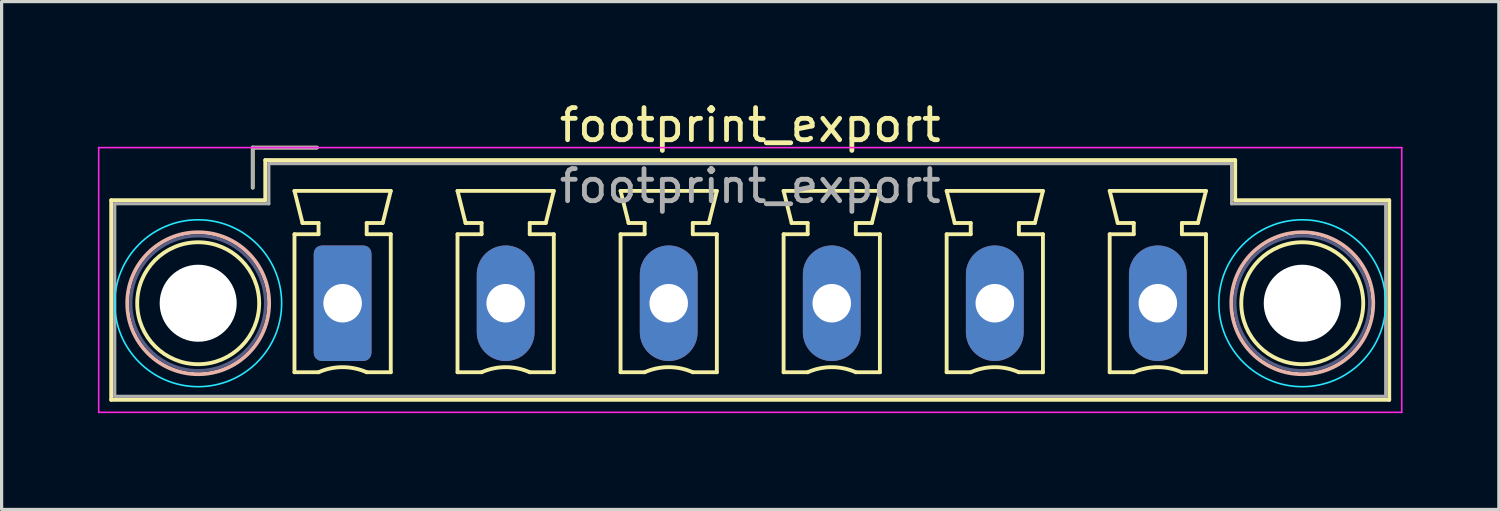
<source format=kicad_pcb>
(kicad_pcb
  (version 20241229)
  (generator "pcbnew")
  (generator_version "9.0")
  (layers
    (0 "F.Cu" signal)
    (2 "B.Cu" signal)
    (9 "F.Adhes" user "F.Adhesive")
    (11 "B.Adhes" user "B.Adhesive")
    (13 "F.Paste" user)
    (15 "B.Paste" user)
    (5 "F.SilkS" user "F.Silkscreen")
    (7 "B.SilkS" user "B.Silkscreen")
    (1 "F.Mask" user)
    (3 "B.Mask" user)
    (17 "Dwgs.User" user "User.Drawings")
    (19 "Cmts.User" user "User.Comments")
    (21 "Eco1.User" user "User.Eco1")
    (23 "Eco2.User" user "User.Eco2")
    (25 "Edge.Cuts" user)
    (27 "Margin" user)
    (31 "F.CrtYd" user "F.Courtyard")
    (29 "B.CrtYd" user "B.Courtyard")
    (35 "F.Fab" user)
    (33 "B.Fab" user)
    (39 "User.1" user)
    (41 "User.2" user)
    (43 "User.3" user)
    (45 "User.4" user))
  (footprint "footprint_export"
    (layer "F.Cu")
    (at 7.625 6.398)
    (property "Reference" "footprint_export" (at 12.7 -5.55 0) (layer "F.SilkS") (effects (font (size 1 1) (thickness 0.15))))
    (attr through_hole)
    (fp_line (start -7.21 -3.21) (end -7.21 3.01) (stroke (width 0.12) (type solid)) (layer "F.SilkS"))
    (fp_line (start -7.21 3.01) (end 32.61 3.01) (stroke (width 0.12) (type solid)) (layer "F.SilkS"))
    (fp_line (start -2.8 -4.85) (end -0.8 -4.85) (stroke (width 0.12) (type solid)) (layer "F.SilkS"))
    (fp_line (start -2.8 -3.6) (end -2.8 -4.85) (stroke (width 0.12) (type solid)) (layer "F.SilkS"))
    (fp_line (start -2.41 -4.46) (end -2.41 -3.21) (stroke (width 0.12) (type solid)) (layer "F.SilkS"))
    (fp_line (start -2.41 -3.21) (end -7.21 -3.21) (stroke (width 0.12) (type solid)) (layer "F.SilkS"))
    (fp_line (start -1.5 -3.5) (end 1.5 -3.5) (stroke (width 0.12) (type solid)) (layer "F.SilkS"))
    (fp_line (start -1.5 -2.15) (end -0.75 -2.15) (stroke (width 0.12) (type solid)) (layer "F.SilkS"))
    (fp_line (start -1.5 2.15) (end -1.5 -2.15) (stroke (width 0.12) (type solid)) (layer "F.SilkS"))
    (fp_line (start -1.25 -2.5) (end -1.5 -3.5) (stroke (width 0.12) (type solid)) (layer "F.SilkS"))
    (fp_line (start -0.75 -2.5) (end -1.25 -2.5) (stroke (width 0.12) (type solid)) (layer "F.SilkS"))
    (fp_line (start -0.75 -2.15) (end -0.75 -2.5) (stroke (width 0.12) (type solid)) (layer "F.SilkS"))
    (fp_line (start -0.75 2.15) (end -1.5 2.15) (stroke (width 0.12) (type solid)) (layer "F.SilkS"))
    (fp_line (start 0.75 -2.5) (end 0.75 -2.15) (stroke (width 0.12) (type solid)) (layer "F.SilkS"))
    (fp_line (start 0.75 -2.15) (end 1.5 -2.15) (stroke (width 0.12) (type solid)) (layer "F.SilkS"))
    (fp_line (start 1.25 -2.5) (end 0.75 -2.5) (stroke (width 0.12) (type solid)) (layer "F.SilkS"))
    (fp_line (start 1.5 -3.5) (end 1.25 -2.5) (stroke (width 0.12) (type solid)) (layer "F.SilkS"))
    (fp_line (start 1.5 -2.15) (end 1.5 2.15) (stroke (width 0.12) (type solid)) (layer "F.SilkS"))
    (fp_line (start 1.5 2.15) (end 0.75 2.15) (stroke (width 0.12) (type solid)) (layer "F.SilkS"))
    (fp_line (start 3.58 -3.5) (end 6.58 -3.5) (stroke (width 0.12) (type solid)) (layer "F.SilkS"))
    (fp_line (start 3.58 -2.15) (end 4.33 -2.15) (stroke (width 0.12) (type solid)) (layer "F.SilkS"))
    (fp_line (start 3.58 2.15) (end 3.58 -2.15) (stroke (width 0.12) (type solid)) (layer "F.SilkS"))
    (fp_line (start 3.83 -2.5) (end 3.58 -3.5) (stroke (width 0.12) (type solid)) (layer "F.SilkS"))
    (fp_line (start 4.33 -2.5) (end 3.83 -2.5) (stroke (width 0.12) (type solid)) (layer "F.SilkS"))
    (fp_line (start 4.33 -2.15) (end 4.33 -2.5) (stroke (width 0.12) (type solid)) (layer "F.SilkS"))
    (fp_line (start 4.33 2.15) (end 3.58 2.15) (stroke (width 0.12) (type solid)) (layer "F.SilkS"))
    (fp_line (start 5.83 -2.5) (end 5.83 -2.15) (stroke (width 0.12) (type solid)) (layer "F.SilkS"))
    (fp_line (start 5.83 -2.15) (end 6.58 -2.15) (stroke (width 0.12) (type solid)) (layer "F.SilkS"))
    (fp_line (start 6.33 -2.5) (end 5.83 -2.5) (stroke (width 0.12) (type solid)) (layer "F.SilkS"))
    (fp_line (start 6.58 -3.5) (end 6.33 -2.5) (stroke (width 0.12) (type solid)) (layer "F.SilkS"))
    (fp_line (start 6.58 -2.15) (end 6.58 2.15) (stroke (width 0.12) (type solid)) (layer "F.SilkS"))
    (fp_line (start 6.58 2.15) (end 5.83 2.15) (stroke (width 0.12) (type solid)) (layer "F.SilkS"))
    (fp_line (start 8.66 -3.5) (end 11.66 -3.5) (stroke (width 0.12) (type solid)) (layer "F.SilkS"))
    (fp_line (start 8.66 -2.15) (end 9.41 -2.15) (stroke (width 0.12) (type solid)) (layer "F.SilkS"))
    (fp_line (start 8.66 2.15) (end 8.66 -2.15) (stroke (width 0.12) (type solid)) (layer "F.SilkS"))
    (fp_line (start 8.91 -2.5) (end 8.66 -3.5) (stroke (width 0.12) (type solid)) (layer "F.SilkS"))
    (fp_line (start 9.41 -2.5) (end 8.91 -2.5) (stroke (width 0.12) (type solid)) (layer "F.SilkS"))
    (fp_line (start 9.41 -2.15) (end 9.41 -2.5) (stroke (width 0.12) (type solid)) (layer "F.SilkS"))
    (fp_line (start 9.41 2.15) (end 8.66 2.15) (stroke (width 0.12) (type solid)) (layer "F.SilkS"))
    (fp_line (start 10.91 -2.5) (end 10.91 -2.15) (stroke (width 0.12) (type solid)) (layer "F.SilkS"))
    (fp_line (start 10.91 -2.15) (end 11.66 -2.15) (stroke (width 0.12) (type solid)) (layer "F.SilkS"))
    (fp_line (start 11.41 -2.5) (end 10.91 -2.5) (stroke (width 0.12) (type solid)) (layer "F.SilkS"))
    (fp_line (start 11.66 -3.5) (end 11.41 -2.5) (stroke (width 0.12) (type solid)) (layer "F.SilkS"))
    (fp_line (start 11.66 -2.15) (end 11.66 2.15) (stroke (width 0.12) (type solid)) (layer "F.SilkS"))
    (fp_line (start 11.66 2.15) (end 10.91 2.15) (stroke (width 0.12) (type solid)) (layer "F.SilkS"))
    (fp_line (start 13.74 -3.5) (end 16.74 -3.5) (stroke (width 0.12) (type solid)) (layer "F.SilkS"))
    (fp_line (start 13.74 -2.15) (end 14.49 -2.15) (stroke (width 0.12) (type solid)) (layer "F.SilkS"))
    (fp_line (start 13.74 2.15) (end 13.74 -2.15) (stroke (width 0.12) (type solid)) (layer "F.SilkS"))
    (fp_line (start 13.99 -2.5) (end 13.74 -3.5) (stroke (width 0.12) (type solid)) (layer "F.SilkS"))
    (fp_line (start 14.49 -2.5) (end 13.99 -2.5) (stroke (width 0.12) (type solid)) (layer "F.SilkS"))
    (fp_line (start 14.49 -2.15) (end 14.49 -2.5) (stroke (width 0.12) (type solid)) (layer "F.SilkS"))
    (fp_line (start 14.49 2.15) (end 13.74 2.15) (stroke (width 0.12) (type solid)) (layer "F.SilkS"))
    (fp_line (start 15.99 -2.5) (end 15.99 -2.15) (stroke (width 0.12) (type solid)) (layer "F.SilkS"))
    (fp_line (start 15.99 -2.15) (end 16.74 -2.15) (stroke (width 0.12) (type solid)) (layer "F.SilkS"))
    (fp_line (start 16.49 -2.5) (end 15.99 -2.5) (stroke (width 0.12) (type solid)) (layer "F.SilkS"))
    (fp_line (start 16.74 -3.5) (end 16.49 -2.5) (stroke (width 0.12) (type solid)) (layer "F.SilkS"))
    (fp_line (start 16.74 -2.15) (end 16.74 2.15) (stroke (width 0.12) (type solid)) (layer "F.SilkS"))
    (fp_line (start 16.74 2.15) (end 15.99 2.15) (stroke (width 0.12) (type solid)) (layer "F.SilkS"))
    (fp_line (start 18.82 -3.5) (end 21.82 -3.5) (stroke (width 0.12) (type solid)) (layer "F.SilkS"))
    (fp_line (start 18.82 -2.15) (end 19.57 -2.15) (stroke (width 0.12) (type solid)) (layer "F.SilkS"))
    (fp_line (start 18.82 2.15) (end 18.82 -2.15) (stroke (width 0.12) (type solid)) (layer "F.SilkS"))
    (fp_line (start 19.07 -2.5) (end 18.82 -3.5) (stroke (width 0.12) (type solid)) (layer "F.SilkS"))
    (fp_line (start 19.57 -2.5) (end 19.07 -2.5) (stroke (width 0.12) (type solid)) (layer "F.SilkS"))
    (fp_line (start 19.57 -2.15) (end 19.57 -2.5) (stroke (width 0.12) (type solid)) (layer "F.SilkS"))
    (fp_line (start 19.57 2.15) (end 18.82 2.15) (stroke (width 0.12) (type solid)) (layer "F.SilkS"))
    (fp_line (start 21.07 -2.5) (end 21.07 -2.15) (stroke (width 0.12) (type solid)) (layer "F.SilkS"))
    (fp_line (start 21.07 -2.15) (end 21.82 -2.15) (stroke (width 0.12) (type solid)) (layer "F.SilkS"))
    (fp_line (start 21.57 -2.5) (end 21.07 -2.5) (stroke (width 0.12) (type solid)) (layer "F.SilkS"))
    (fp_line (start 21.82 -3.5) (end 21.57 -2.5) (stroke (width 0.12) (type solid)) (layer "F.SilkS"))
    (fp_line (start 21.82 -2.15) (end 21.82 2.15) (stroke (width 0.12) (type solid)) (layer "F.SilkS"))
    (fp_line (start 21.82 2.15) (end 21.07 2.15) (stroke (width 0.12) (type solid)) (layer "F.SilkS"))
    (fp_line (start 23.9 -3.5) (end 26.9 -3.5) (stroke (width 0.12) (type solid)) (layer "F.SilkS"))
    (fp_line (start 23.9 -2.15) (end 24.65 -2.15) (stroke (width 0.12) (type solid)) (layer "F.SilkS"))
    (fp_line (start 23.9 2.15) (end 23.9 -2.15) (stroke (width 0.12) (type solid)) (layer "F.SilkS"))
    (fp_line (start 24.15 -2.5) (end 23.9 -3.5) (stroke (width 0.12) (type solid)) (layer "F.SilkS"))
    (fp_line (start 24.65 -2.5) (end 24.15 -2.5) (stroke (width 0.12) (type solid)) (layer "F.SilkS"))
    (fp_line (start 24.65 -2.15) (end 24.65 -2.5) (stroke (width 0.12) (type solid)) (layer "F.SilkS"))
    (fp_line (start 24.65 2.15) (end 23.9 2.15) (stroke (width 0.12) (type solid)) (layer "F.SilkS"))
    (fp_line (start 26.15 -2.5) (end 26.15 -2.15) (stroke (width 0.12) (type solid)) (layer "F.SilkS"))
    (fp_line (start 26.15 -2.15) (end 26.9 -2.15) (stroke (width 0.12) (type solid)) (layer "F.SilkS"))
    (fp_line (start 26.65 -2.5) (end 26.15 -2.5) (stroke (width 0.12) (type solid)) (layer "F.SilkS"))
    (fp_line (start 26.9 -3.5) (end 26.65 -2.5) (stroke (width 0.12) (type solid)) (layer "F.SilkS"))
    (fp_line (start 26.9 -2.15) (end 26.9 2.15) (stroke (width 0.12) (type solid)) (layer "F.SilkS"))
    (fp_line (start 26.9 2.15) (end 26.15 2.15) (stroke (width 0.12) (type solid)) (layer "F.SilkS"))
    (fp_line (start 27.81 -4.46) (end -2.41 -4.46) (stroke (width 0.12) (type solid)) (layer "F.SilkS"))
    (fp_line (start 27.81 -3.21) (end 27.81 -4.46) (stroke (width 0.12) (type solid)) (layer "F.SilkS"))
    (fp_line (start 32.61 -3.21) (end 27.81 -3.21) (stroke (width 0.12) (type solid)) (layer "F.SilkS"))
    (fp_line (start 32.61 3.01) (end 32.61 -3.21) (stroke (width 0.12) (type solid)) (layer "F.SilkS"))
    (fp_arc (start -0.75 2.15) (mid -0.000193 1.99191) (end 0.749647 2.149844) (stroke (width 0.12) (type solid)) (layer "F.SilkS"))
    (fp_arc (start 4.33 2.15) (mid 5.079807 1.99191) (end 5.829647 2.149844) (stroke (width 0.12) (type solid)) (layer "F.SilkS"))
    (fp_arc (start 9.41 2.15) (mid 10.159807 1.99191) (end 10.909647 2.149844) (stroke (width 0.12) (type solid)) (layer "F.SilkS"))
    (fp_arc (start 14.49 2.15) (mid 15.239807 1.99191) (end 15.989647 2.149844) (stroke (width 0.12) (type solid)) (layer "F.SilkS"))
    (fp_arc (start 19.57 2.15) (mid 20.319807 1.99191) (end 21.069647 2.149844) (stroke (width 0.12) (type solid)) (layer "F.SilkS"))
    (fp_arc (start 24.65 2.15) (mid 25.399807 1.99191) (end 26.149647 2.149844) (stroke (width 0.12) (type solid)) (layer "F.SilkS"))
    (fp_circle (center -4.5 0) (end -2.6 0) (stroke (width 0.12) (type solid)) (fill no) (layer "F.SilkS"))
    (fp_circle (center 29.9 0) (end 31.8 0) (stroke (width 0.12) (type solid)) (fill no) (layer "F.SilkS"))
    (fp_circle (center -4.5 0) (end -2.29 0) (stroke (width 0.12) (type solid)) (fill no) (layer "B.SilkS"))
    (fp_circle (center 29.9 0) (end 32.11 0) (stroke (width 0.12) (type solid)) (fill no) (layer "B.SilkS"))
    (fp_circle (center -4.5 0) (end -1.9 0) (stroke (width 0.05) (type solid)) (fill no) (layer "B.CrtYd"))
    (fp_circle (center 29.9 0) (end 32.5 0) (stroke (width 0.05) (type solid)) (fill no) (layer "B.CrtYd"))
    (fp_line (start -7.6 -4.85) (end -7.6 3.4) (stroke (width 0.05) (type solid)) (layer "F.CrtYd"))
    (fp_line (start -7.6 3.4) (end 33 3.4) (stroke (width 0.05) (type solid)) (layer "F.CrtYd"))
    (fp_line (start 33 -4.85) (end -7.6 -4.85) (stroke (width 0.05) (type solid)) (layer "F.CrtYd"))
    (fp_line (start 33 3.4) (end 33 -4.85) (stroke (width 0.05) (type solid)) (layer "F.CrtYd"))
    (fp_circle (center -4.5 0) (end -2.4 0) (stroke (width 0.1) (type solid)) (fill no) (layer "B.Fab"))
    (fp_circle (center 29.9 0) (end 32 0) (stroke (width 0.1) (type solid)) (fill no) (layer "B.Fab"))
    (fp_line (start -7.1 -3.1) (end -7.1 2.9) (stroke (width 0.1) (type solid)) (layer "F.Fab"))
    (fp_line (start -7.1 2.9) (end 32.5 2.9) (stroke (width 0.1) (type solid)) (layer "F.Fab"))
    (fp_line (start -2.8 -4.85) (end -0.8 -4.85) (stroke (width 0.1) (type solid)) (layer "F.Fab"))
    (fp_line (start -2.8 -3.6) (end -2.8 -4.85) (stroke (width 0.1) (type solid)) (layer "F.Fab"))
    (fp_line (start -2.3 -4.35) (end -2.3 -3.1) (stroke (width 0.1) (type solid)) (layer "F.Fab"))
    (fp_line (start -2.3 -3.1) (end -7.1 -3.1) (stroke (width 0.1) (type solid)) (layer "F.Fab"))
    (fp_line (start 27.7 -4.35) (end -2.3 -4.35) (stroke (width 0.1) (type solid)) (layer "F.Fab"))
    (fp_line (start 27.7 -3.1) (end 27.7 -4.35) (stroke (width 0.1) (type solid)) (layer "F.Fab"))
    (fp_line (start 32.5 -3.1) (end 27.7 -3.1) (stroke (width 0.1) (type solid)) (layer "F.Fab"))
    (fp_line (start 32.5 2.9) (end 32.5 -3.1) (stroke (width 0.1) (type solid)) (layer "F.Fab"))
    (fp_text user "${REFERENCE}" (at 12.7 -3.65 0) (layer "F.Fab") (effects (font (size 1 1) (thickness 0.15))))
    (pad "" np_thru_hole circle (at -4.5 0) (size 2.4 2.4) (drill 2.4) (layers "*.Cu" "*.Mask"))
    (pad "" np_thru_hole circle (at 29.9 0) (size 2.4 2.4) (drill 2.4) (layers "*.Cu" "*.Mask"))
    (pad "1" thru_hole roundrect (at 0 0) (size 1.8 3.6) (drill 1.2) (layers "*.Cu" "*.Mask") (roundrect_rratio 0.139))
    (pad "2" thru_hole oval (at 5.08 0) (size 1.8 3.6) (drill 1.2) (layers "*.Cu" "*.Mask"))
    (pad "3" thru_hole oval (at 10.16 0) (size 1.8 3.6) (drill 1.2) (layers "*.Cu" "*.Mask"))
    (pad "4" thru_hole oval (at 15.24 0) (size 1.8 3.6) (drill 1.2) (layers "*.Cu" "*.Mask"))
    (pad "5" thru_hole oval (at 20.32 0) (size 1.8 3.6) (drill 1.2) (layers "*.Cu" "*.Mask"))
    (pad "6" thru_hole oval (at 25.4 0) (size 1.8 3.6) (drill 1.2) (layers "*.Cu" "*.Mask")))
  (gr_rect
    (start -3 -3)
    (end 43.65 12.823)
    (stroke (width 0.1) (type default))
    (fill no)
    (layer "Edge.Cuts")))
</source>
